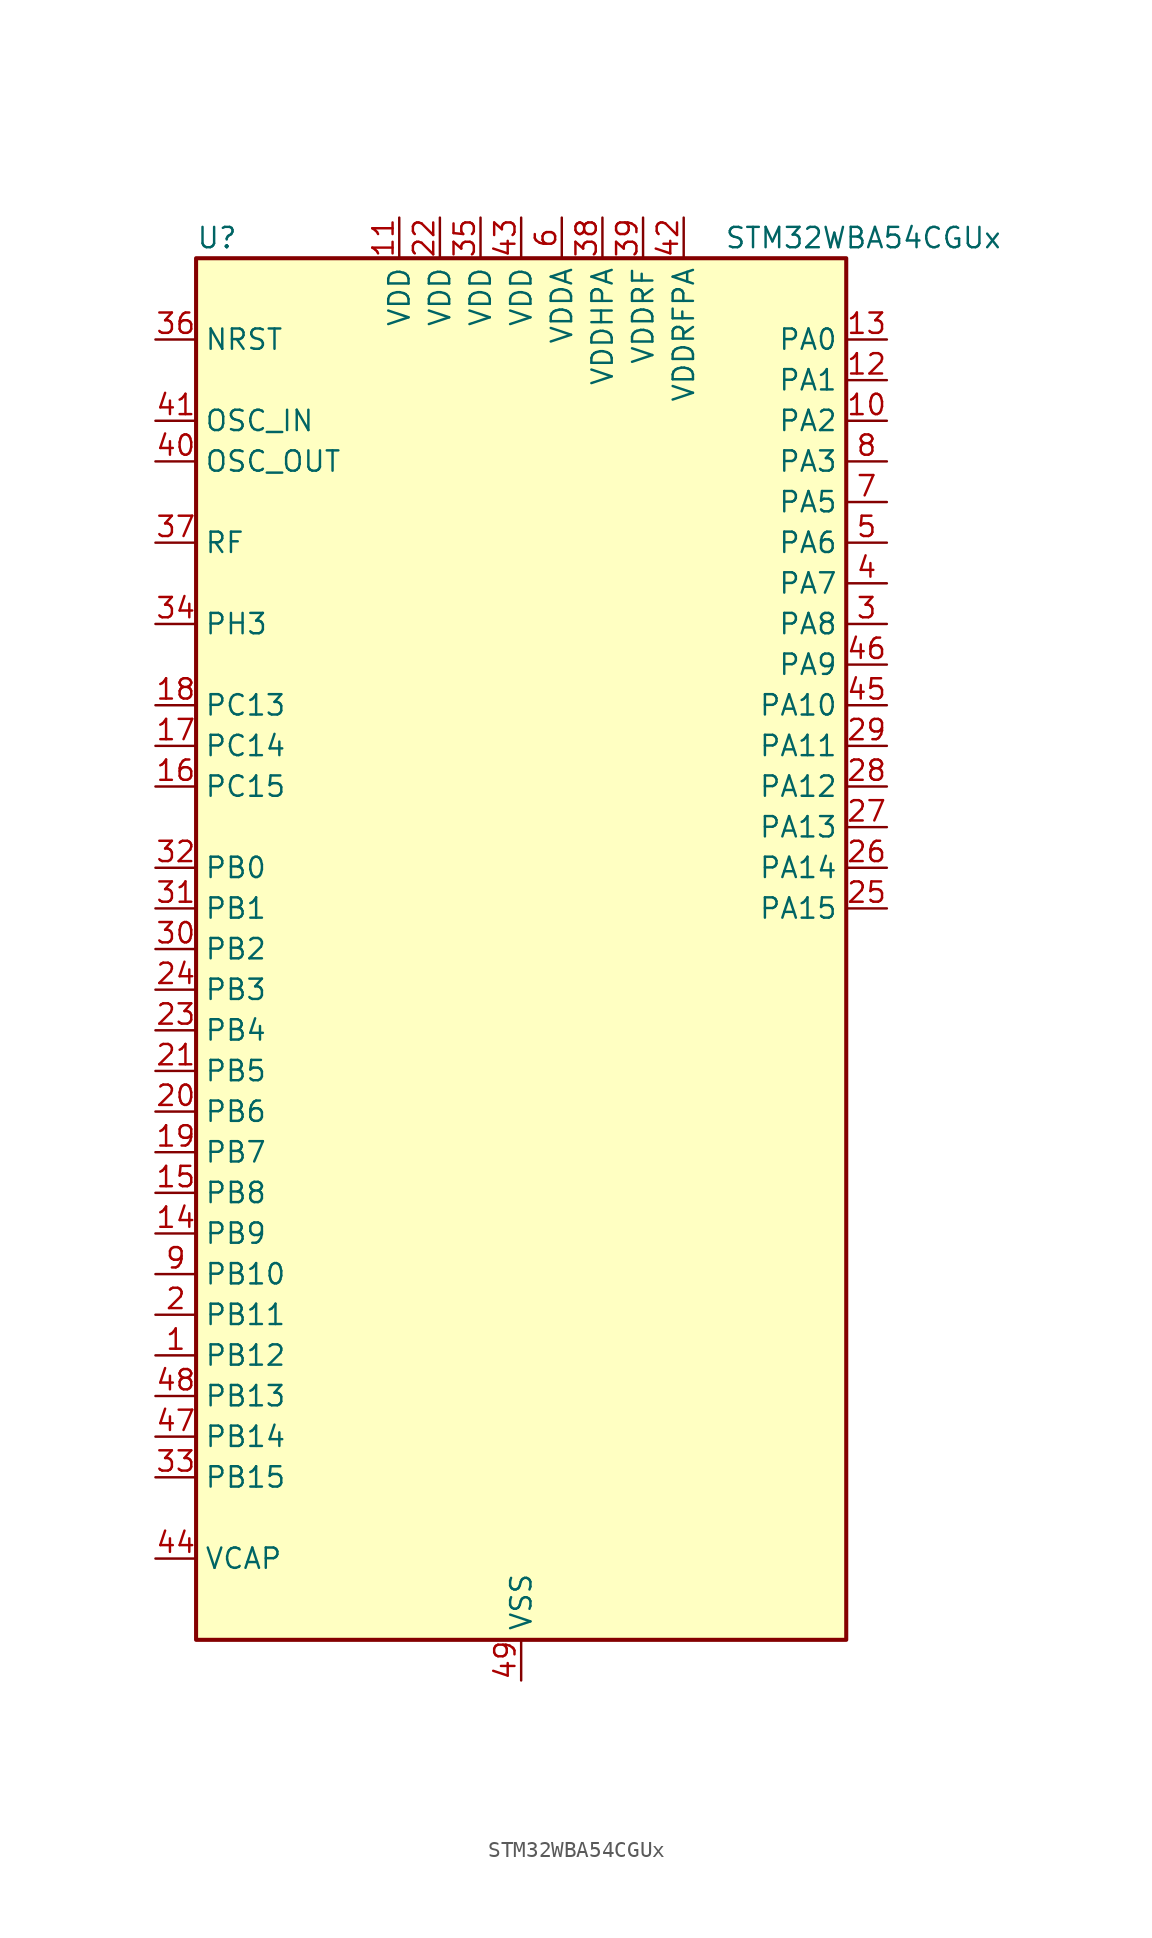
<source format=kicad_sym>
(kicad_symbol_lib
  (version 20241209)
  (generator "kicad_symbol_editor")
  (generator_version "9.0")
  (symbol "STM32WBA54CGUx"
    (property "Reference" "U"
      (at -20.32 44.45 0)
      (effects (font (size 1.27 1.27)) (justify left)))
    (property "Value" "STM32WBA54CGUx"
      (at 12.7 44.45 0)
      (effects (font (size 1.27 1.27)) (justify left)))
    (symbol "STM32WBA54CGUx_0_1"
      (rectangle (start -20.32 -43.18) (end 20.32 43.18) (stroke (width 0.254) (type default)) (fill (type background))))
    (symbol "STM32WBA54CGUx_1_1"
      (pin input line (at -22.86 38.1 0) (length 2.54) (name "NRST" (effects (font (size 1.27 1.27)))) (number "36" (effects (font (size 1.27 1.27)))))
      (pin input line (at -22.86 33.02 0) (length 2.54) (name "OSC_IN" (effects (font (size 1.27 1.27)))) (number "41" (effects (font (size 1.27 1.27)))) (alternate "RCC_OSC_IN" bidirectional line))
      (pin input line (at -22.86 30.48 0) (length 2.54) (name "OSC_OUT" (effects (font (size 1.27 1.27)))) (number "40" (effects (font (size 1.27 1.27)))) (alternate "RCC_OSC_OUT" bidirectional line))
      (pin bidirectional line (at -22.86 25.4 0) (length 2.54) (name "RF" (effects (font (size 1.27 1.27)))) (number "37" (effects (font (size 1.27 1.27)))))
      (pin bidirectional line (at -22.86 20.32 0) (length 2.54) (name "PH3" (effects (font (size 1.27 1.27)))) (number "34" (effects (font (size 1.27 1.27)))) (alternate "PTA_GRANT" bidirectional line) (alternate "RF_EXTPABYP" bidirectional line) (alternate "TAMP_IN2" bidirectional line) (alternate "TAMP_OUT1" bidirectional line))
      (pin bidirectional line (at -22.86 15.24 0) (length 2.54) (name "PC13" (effects (font (size 1.27 1.27)))) (number "18" (effects (font (size 1.27 1.27)))) (alternate "PWR_WKUP2" bidirectional line) (alternate "RTC_OUT1" bidirectional line) (alternate "RTC_TS" bidirectional line) (alternate "TAMP_IN4" bidirectional line) (alternate "TAMP_OUT5" bidirectional line) (alternate "TIM1_BKIN2" bidirectional line) (alternate "TSC_G5_IO1" bidirectional line))
      (pin bidirectional line (at -22.86 12.7 0) (length 2.54) (name "PC14" (effects (font (size 1.27 1.27)))) (number "17" (effects (font (size 1.27 1.27)))) (alternate "RCC_OSC32_IN" bidirectional line))
      (pin bidirectional line (at -22.86 10.16 0) (length 2.54) (name "PC15" (effects (font (size 1.27 1.27)))) (number "16" (effects (font (size 1.27 1.27)))) (alternate "ADC4_EXTI15" bidirectional line) (alternate "RCC_OSC32_OUT" bidirectional line))
      (pin bidirectional line (at -22.86 5.08 0) (length 2.54) (name "PB0" (effects (font (size 1.27 1.27)))) (number "32" (effects (font (size 1.27 1.27)))) (alternate "LPTIM2_IN2" bidirectional line) (alternate "TIM1_CH3N" bidirectional line) (alternate "USART2_TX" bidirectional line))
      (pin bidirectional line (at -22.86 2.54 0) (length 2.54) (name "PB1" (effects (font (size 1.27 1.27)))) (number "31" (effects (font (size 1.27 1.27)))) (alternate "I2C1_SDA" bidirectional line) (alternate "I2C3_SDA" bidirectional line) (alternate "PWR_WKUP4" bidirectional line) (alternate "TIM1_CH2N" bidirectional line) (alternate "USART2_DE" bidirectional line) (alternate "USART2_RTS" bidirectional line))
      (pin bidirectional line (at -22.86 0 0) (length 2.54) (name "PB2" (effects (font (size 1.27 1.27)))) (number "30" (effects (font (size 1.27 1.27)))) (alternate "I2C1_SCL" bidirectional line) (alternate "I2C3_SCL" bidirectional line) (alternate "PWR_WKUP1" bidirectional line) (alternate "RF_ANTSW2" bidirectional line) (alternate "RTC_OUT2" bidirectional line) (alternate "TIM1_CH1N" bidirectional line) (alternate "USART2_CTS" bidirectional line))
      (pin bidirectional line (at -22.86 -2.54 0) (length 2.54) (name "PB3" (effects (font (size 1.27 1.27)))) (number "24" (effects (font (size 1.27 1.27)))) (alternate "DEBUG_JTDO-SWO" bidirectional line) (alternate "I2C1_SDA" bidirectional line) (alternate "LPTIM1_IN2" bidirectional line) (alternate "PTA_ACTIVE" bidirectional line) (alternate "SPI1_MISO" bidirectional line) (alternate "TIM17_CH1N" bidirectional line) (alternate "TIM1_CH4" bidirectional line) (alternate "TSC_G3_IO2" bidirectional line) (alternate "USART2_CK" bidirectional line))
      (pin bidirectional line (at -22.86 -5.08 0) (length 2.54) (name "PB4" (effects (font (size 1.27 1.27)))) (number "23" (effects (font (size 1.27 1.27)))) (alternate "DEBUG_JTRST" bidirectional line) (alternate "LPTIM2_IN2" bidirectional line) (alternate "PTA_ACTIVE" bidirectional line) (alternate "PTA_PRIORITY" bidirectional line) (alternate "SAI1_MCLK_B" bidirectional line) (alternate "SPI1_SCK" bidirectional line) (alternate "TIM17_CH1" bidirectional line) (alternate "TIM1_CH3" bidirectional line) (alternate "TSC_G3_IO1" bidirectional line) (alternate "USART2_RX" bidirectional line))
      (pin bidirectional line (at -22.86 -7.62 0) (length 2.54) (name "PB5" (effects (font (size 1.27 1.27)))) (number "21" (effects (font (size 1.27 1.27)))) (alternate "LPUART1_TX" bidirectional line) (alternate "SAI1_D2" bidirectional line) (alternate "SAI1_FS_B" bidirectional line) (alternate "TIM3_CH1" bidirectional line) (alternate "TSC_G5_IO4" bidirectional line))
      (pin bidirectional line (at -22.86 -10.16 0) (length 2.54) (name "PB6" (effects (font (size 1.27 1.27)))) (number "20" (effects (font (size 1.27 1.27)))) (alternate "PWR_WKUP3" bidirectional line) (alternate "SAI1_SCK_B" bidirectional line) (alternate "TIM2_CH1" bidirectional line) (alternate "TIM2_ETR" bidirectional line) (alternate "TSC_G5_IO3" bidirectional line))
      (pin bidirectional line (at -22.86 -12.7 0) (length 2.54) (name "PB7" (effects (font (size 1.27 1.27)))) (number "19" (effects (font (size 1.27 1.27)))) (alternate "PWR_WKUP5" bidirectional line) (alternate "SAI1_SD_B" bidirectional line) (alternate "TAMP_IN5" bidirectional line) (alternate "TAMP_OUT4" bidirectional line) (alternate "TIM1_CH4N" bidirectional line) (alternate "TSC_G5_IO2" bidirectional line))
      (pin bidirectional line (at -22.86 -15.24 0) (length 2.54) (name "PB8" (effects (font (size 1.27 1.27)))) (number "15" (effects (font (size 1.27 1.27)))) (alternate "COMP1_OUT" bidirectional line) (alternate "LPTIM1_ETR" bidirectional line) (alternate "PWR_PVD_IN" bidirectional line) (alternate "SPI3_MOSI" bidirectional line) (alternate "TIM16_CH1N" bidirectional line) (alternate "TIM1_CH1" bidirectional line) (alternate "TIM3_ETR" bidirectional line) (alternate "TSC_G2_IO4" bidirectional line) (alternate "USART2_RX" bidirectional line))
      (pin bidirectional line (at -22.86 -17.78 0) (length 2.54) (name "PB9" (effects (font (size 1.27 1.27)))) (number "14" (effects (font (size 1.27 1.27)))) (alternate "ADC4_IN10" bidirectional line) (alternate "COMP2_INM" bidirectional line) (alternate "IR_OUT" bidirectional line) (alternate "LPTIM2_IN1" bidirectional line) (alternate "LPUART1_DE" bidirectional line) (alternate "LPUART1_RTS" bidirectional line) (alternate "PWR_WKUP8" bidirectional line) (alternate "SPI3_MISO" bidirectional line) (alternate "TIM16_CH1" bidirectional line) (alternate "TIM1_CH3N" bidirectional line) (alternate "TIM3_CH4" bidirectional line) (alternate "TSC_G2_IO3" bidirectional line))
      (pin bidirectional line (at -22.86 -20.32 0) (length 2.54) (name "PB10" (effects (font (size 1.27 1.27)))) (number "9" (effects (font (size 1.27 1.27)))) (alternate "TIM16_BKIN" bidirectional line) (alternate "TSC_G4_IO3" bidirectional line) (alternate "USART1_CK" bidirectional line))
      (pin bidirectional line (at -22.86 -22.86 0) (length 2.54) (name "PB11" (effects (font (size 1.27 1.27)))) (number "2" (effects (font (size 1.27 1.27)))) (alternate "LPTIM1_CH1" bidirectional line) (alternate "LPTIM1_ETR" bidirectional line) (alternate "LPUART1_TX" bidirectional line))
      (pin bidirectional line (at -22.86 -25.4 0) (length 2.54) (name "PB12" (effects (font (size 1.27 1.27)))) (number "1" (effects (font (size 1.27 1.27)))) (alternate "SAI1_SD_A" bidirectional line) (alternate "SPI1_RDY" bidirectional line) (alternate "TIM2_CH1" bidirectional line) (alternate "TIM2_ETR" bidirectional line) (alternate "TIM3_ETR" bidirectional line) (alternate "TSC_SYNC" bidirectional line) (alternate "USART1_TX" bidirectional line))
      (pin bidirectional line (at -22.86 -27.94 0) (length 2.54) (name "PB13" (effects (font (size 1.27 1.27)))) (number "48" (effects (font (size 1.27 1.27)))) (alternate "TIM3_CH4" bidirectional line) (alternate "TSC_G6_IO2" bidirectional line))
      (pin bidirectional line (at -22.86 -30.48 0) (length 2.54) (name "PB14" (effects (font (size 1.27 1.27)))) (number "47" (effects (font (size 1.27 1.27)))) (alternate "PWR_WKUP7" bidirectional line) (alternate "RTC_REFIN" bidirectional line) (alternate "SAI1_SD_A" bidirectional line) (alternate "TIM3_CH3" bidirectional line) (alternate "TSC_G6_IO1" bidirectional line) (alternate "USART1_TX" bidirectional line))
      (pin bidirectional line (at -22.86 -33.02 0) (length 2.54) (name "PB15" (effects (font (size 1.27 1.27)))) (number "33" (effects (font (size 1.27 1.27)))) (alternate "ADC4_EXTI15" bidirectional line) (alternate "I2C1_SMBA" bidirectional line) (alternate "I2C3_SMBA" bidirectional line) (alternate "LPUART1_CTS" bidirectional line) (alternate "PTA_GRANT" bidirectional line) (alternate "RF_EXTPABYP" bidirectional line) (alternate "TIM16_BKIN" bidirectional line) (alternate "TIM1_BKIN2" bidirectional line) (alternate "USART2_CTS" bidirectional line))
      (pin power_out line (at -22.86 -38.1 0) (length 2.54) (name "VCAP" (effects (font (size 1.27 1.27)))) (number "44" (effects (font (size 1.27 1.27)))))
      (pin power_in line (at -7.62 45.72 270) (length 2.54) (name "VDD" (effects (font (size 1.27 1.27)))) (number "11" (effects (font (size 1.27 1.27)))))
      (pin power_in line (at -5.08 45.72 270) (length 2.54) (name "VDD" (effects (font (size 1.27 1.27)))) (number "22" (effects (font (size 1.27 1.27)))))
      (pin power_in line (at -2.54 45.72 270) (length 2.54) (name "VDD" (effects (font (size 1.27 1.27)))) (number "35" (effects (font (size 1.27 1.27)))))
      (pin power_in line (at 0 45.72 270) (length 2.54) (name "VDD" (effects (font (size 1.27 1.27)))) (number "43" (effects (font (size 1.27 1.27)))))
      (pin power_in line (at 0 -45.72 90) (length 2.54) (name "VSS" (effects (font (size 1.27 1.27)))) (number "49" (effects (font (size 1.27 1.27)))))
      (pin power_in line (at 2.54 45.72 270) (length 2.54) (name "VDDA" (effects (font (size 1.27 1.27)))) (number "6" (effects (font (size 1.27 1.27)))))
      (pin power_in line (at 5.08 45.72 270) (length 2.54) (name "VDDHPA" (effects (font (size 1.27 1.27)))) (number "38" (effects (font (size 1.27 1.27)))))
      (pin power_in line (at 7.62 45.72 270) (length 2.54) (name "VDDRF" (effects (font (size 1.27 1.27)))) (number "39" (effects (font (size 1.27 1.27)))))
      (pin power_in line (at 10.16 45.72 270) (length 2.54) (name "VDDRFPA" (effects (font (size 1.27 1.27)))) (number "42" (effects (font (size 1.27 1.27)))))
      (pin bidirectional line (at 22.86 38.1 180) (length 2.54) (name "PA0" (effects (font (size 1.27 1.27)))) (number "13" (effects (font (size 1.27 1.27)))) (alternate "ADC4_IN9" bidirectional line) (alternate "COMP2_INP" bidirectional line) (alternate "LPTIM1_IN1" bidirectional line) (alternate "LPUART1_CTS" bidirectional line) (alternate "PWR_WKUP1" bidirectional line) (alternate "SPI3_SCK" bidirectional line) (alternate "TIM1_CH2N" bidirectional line) (alternate "TIM3_CH3" bidirectional line) (alternate "TIM3_ETR" bidirectional line) (alternate "TSC_G2_IO2" bidirectional line))
      (pin bidirectional line (at 22.86 35.56 180) (length 2.54) (name "PA1" (effects (font (size 1.27 1.27)))) (number "12" (effects (font (size 1.27 1.27)))) (alternate "ADC4_IN8" bidirectional line) (alternate "COMP1_INM" bidirectional line) (alternate "LPTIM2_CH2" bidirectional line) (alternate "LPUART1_RX" bidirectional line) (alternate "PWR_WKUP3" bidirectional line) (alternate "SAI1_CK1" bidirectional line) (alternate "SPI1_RDY" bidirectional line) (alternate "TIM17_CH1" bidirectional line) (alternate "TIM1_CH1N" bidirectional line) (alternate "TIM3_CH2" bidirectional line) (alternate "TSC_G2_IO1" bidirectional line) (alternate "USART1_CK" bidirectional line))
      (pin bidirectional line (at 22.86 33.02 180) (length 2.54) (name "PA2" (effects (font (size 1.27 1.27)))) (number "10" (effects (font (size 1.27 1.27)))) (alternate "ADC4_IN7" bidirectional line) (alternate "COMP1_INP" bidirectional line) (alternate "LPUART1_TX" bidirectional line) (alternate "PWR_WKUP4" bidirectional line) (alternate "RCC_LSCO" bidirectional line) (alternate "SAI1_D1" bidirectional line) (alternate "TIM16_CH1" bidirectional line) (alternate "TIM1_BKIN" bidirectional line) (alternate "TIM3_CH1" bidirectional line) (alternate "TSC_G4_IO4" bidirectional line) (alternate "USART1_DE" bidirectional line) (alternate "USART1_RTS" bidirectional line))
      (pin bidirectional line (at 22.86 30.48 180) (length 2.54) (name "PA3" (effects (font (size 1.27 1.27)))) (number "8" (effects (font (size 1.27 1.27)))) (alternate "ADC4_IN6" bidirectional line) (alternate "PWR_WKUP5" bidirectional line) (alternate "TIM16_CH1N" bidirectional line) (alternate "TSC_G4_IO2" bidirectional line) (alternate "USART1_DE" bidirectional line) (alternate "USART1_RTS" bidirectional line))
      (pin bidirectional line (at 22.86 27.94 180) (length 2.54) (name "PA5" (effects (font (size 1.27 1.27)))) (number "7" (effects (font (size 1.27 1.27)))) (alternate "ADC4_IN4" bidirectional line) (alternate "AUDIOCLK" bidirectional line) (alternate "LPTIM2_ETR" bidirectional line) (alternate "PWR_CSLEEP" bidirectional line) (alternate "PWR_WKUP6" bidirectional line) (alternate "SAI1_D2" bidirectional line) (alternate "SPI3_NSS" bidirectional line) (alternate "TIM2_CH1" bidirectional line) (alternate "TIM2_ETR" bidirectional line) (alternate "TSC_G1_IO4" bidirectional line) (alternate "USART1_CK" bidirectional line))
      (pin bidirectional line (at 22.86 25.4 180) (length 2.54) (name "PA6" (effects (font (size 1.27 1.27)))) (number "5" (effects (font (size 1.27 1.27)))) (alternate "ADC4_IN3" bidirectional line) (alternate "I2C3_SCL" bidirectional line) (alternate "PWR_CSTOP" bidirectional line) (alternate "PWR_WKUP7" bidirectional line) (alternate "SAI1_CK2" bidirectional line) (alternate "SAI1_MCLK_A" bidirectional line) (alternate "SPI3_RDY" bidirectional line) (alternate "TIM2_CH4" bidirectional line) (alternate "TSC_G1_IO3" bidirectional line) (alternate "USART1_DE" bidirectional line) (alternate "USART1_RTS" bidirectional line))
      (pin bidirectional line (at 22.86 22.86 180) (length 2.54) (name "PA7" (effects (font (size 1.27 1.27)))) (number "4" (effects (font (size 1.27 1.27)))) (alternate "ADC4_IN2" bidirectional line) (alternate "COMP1_OUT" bidirectional line) (alternate "I2C3_SDA" bidirectional line) (alternate "PWR_WKUP8" bidirectional line) (alternate "SAI1_SCK_A" bidirectional line) (alternate "TAMP_IN1" bidirectional line) (alternate "TAMP_OUT2" bidirectional line) (alternate "TIM2_CH3" bidirectional line) (alternate "TSC_G1_IO2" bidirectional line) (alternate "USART1_CTS" bidirectional line))
      (pin bidirectional line (at 22.86 20.32 180) (length 2.54) (name "PA8" (effects (font (size 1.27 1.27)))) (number "3" (effects (font (size 1.27 1.27)))) (alternate "ADC4_IN1" bidirectional line) (alternate "LPTIM1_CH2" bidirectional line) (alternate "RCC_MCO" bidirectional line) (alternate "SAI1_FS_A" bidirectional line) (alternate "SPI3_RDY" bidirectional line) (alternate "TIM2_CH2" bidirectional line) (alternate "TSC_G1_IO1" bidirectional line) (alternate "USART1_RX" bidirectional line))
      (pin bidirectional line (at 22.86 17.78 180) (length 2.54) (name "PA9" (effects (font (size 1.27 1.27)))) (number "46" (effects (font (size 1.27 1.27)))) (alternate "LPUART1_DE" bidirectional line) (alternate "LPUART1_RTS" bidirectional line) (alternate "SAI1_CK1" bidirectional line) (alternate "TIM3_CH2" bidirectional line))
      (pin bidirectional line (at 22.86 15.24 180) (length 2.54) (name "PA10" (effects (font (size 1.27 1.27)))) (number "45" (effects (font (size 1.27 1.27)))) (alternate "LPUART1_RX" bidirectional line) (alternate "SAI1_D1" bidirectional line) (alternate "TIM3_CH1" bidirectional line))
      (pin bidirectional line (at 22.86 12.7 180) (length 2.54) (name "PA11" (effects (font (size 1.27 1.27)))) (number "29" (effects (font (size 1.27 1.27)))) (alternate "LPTIM2_CH1" bidirectional line) (alternate "RF_ANTSW1" bidirectional line) (alternate "TIM1_CH1" bidirectional line) (alternate "USART2_RX" bidirectional line))
      (pin bidirectional line (at 22.86 10.16 180) (length 2.54) (name "PA12" (effects (font (size 1.27 1.27)))) (number "28" (effects (font (size 1.27 1.27)))) (alternate "COMP2_OUT" bidirectional line) (alternate "PTA_STATUS" bidirectional line) (alternate "PWR_WKUP6" bidirectional line) (alternate "RF_ANTSW0" bidirectional line) (alternate "SPI1_NSS" bidirectional line) (alternate "TIM1_CH2" bidirectional line) (alternate "TSC_G3_IO4" bidirectional line) (alternate "USART2_TX" bidirectional line))
      (pin bidirectional line (at 22.86 7.62 180) (length 2.54) (name "PA13" (effects (font (size 1.27 1.27)))) (number "27" (effects (font (size 1.27 1.27)))) (alternate "DEBUG_JTMS-SWDIO" bidirectional line) (alternate "IR_OUT" bidirectional line) (alternate "PTA_PRIORITY" bidirectional line))
      (pin bidirectional line (at 22.86 5.08 180) (length 2.54) (name "PA14" (effects (font (size 1.27 1.27)))) (number "26" (effects (font (size 1.27 1.27)))) (alternate "COMP2_OUT" bidirectional line) (alternate "DEBUG_JTCK-SWCLK" bidirectional line) (alternate "PTA_STATUS" bidirectional line) (alternate "TAMP_IN3" bidirectional line) (alternate "TAMP_OUT6" bidirectional line) (alternate "USART2_TX" bidirectional line))
      (pin bidirectional line (at 22.86 2.54 180) (length 2.54) (name "PA15" (effects (font (size 1.27 1.27)))) (number "25" (effects (font (size 1.27 1.27)))) (alternate "ADC4_EXTI15" bidirectional line) (alternate "DEBUG_JTDI" bidirectional line) (alternate "I2C1_SCL" bidirectional line) (alternate "LPTIM1_CH2" bidirectional line) (alternate "PTA_STATUS" bidirectional line) (alternate "SPI1_MOSI" bidirectional line) (alternate "TIM17_BKIN" bidirectional line) (alternate "TIM1_ETR" bidirectional line) (alternate "TSC_G3_IO3" bidirectional line) (alternate "USART2_DE" bidirectional line) (alternate "USART2_RTS" bidirectional line)))))
</source>
